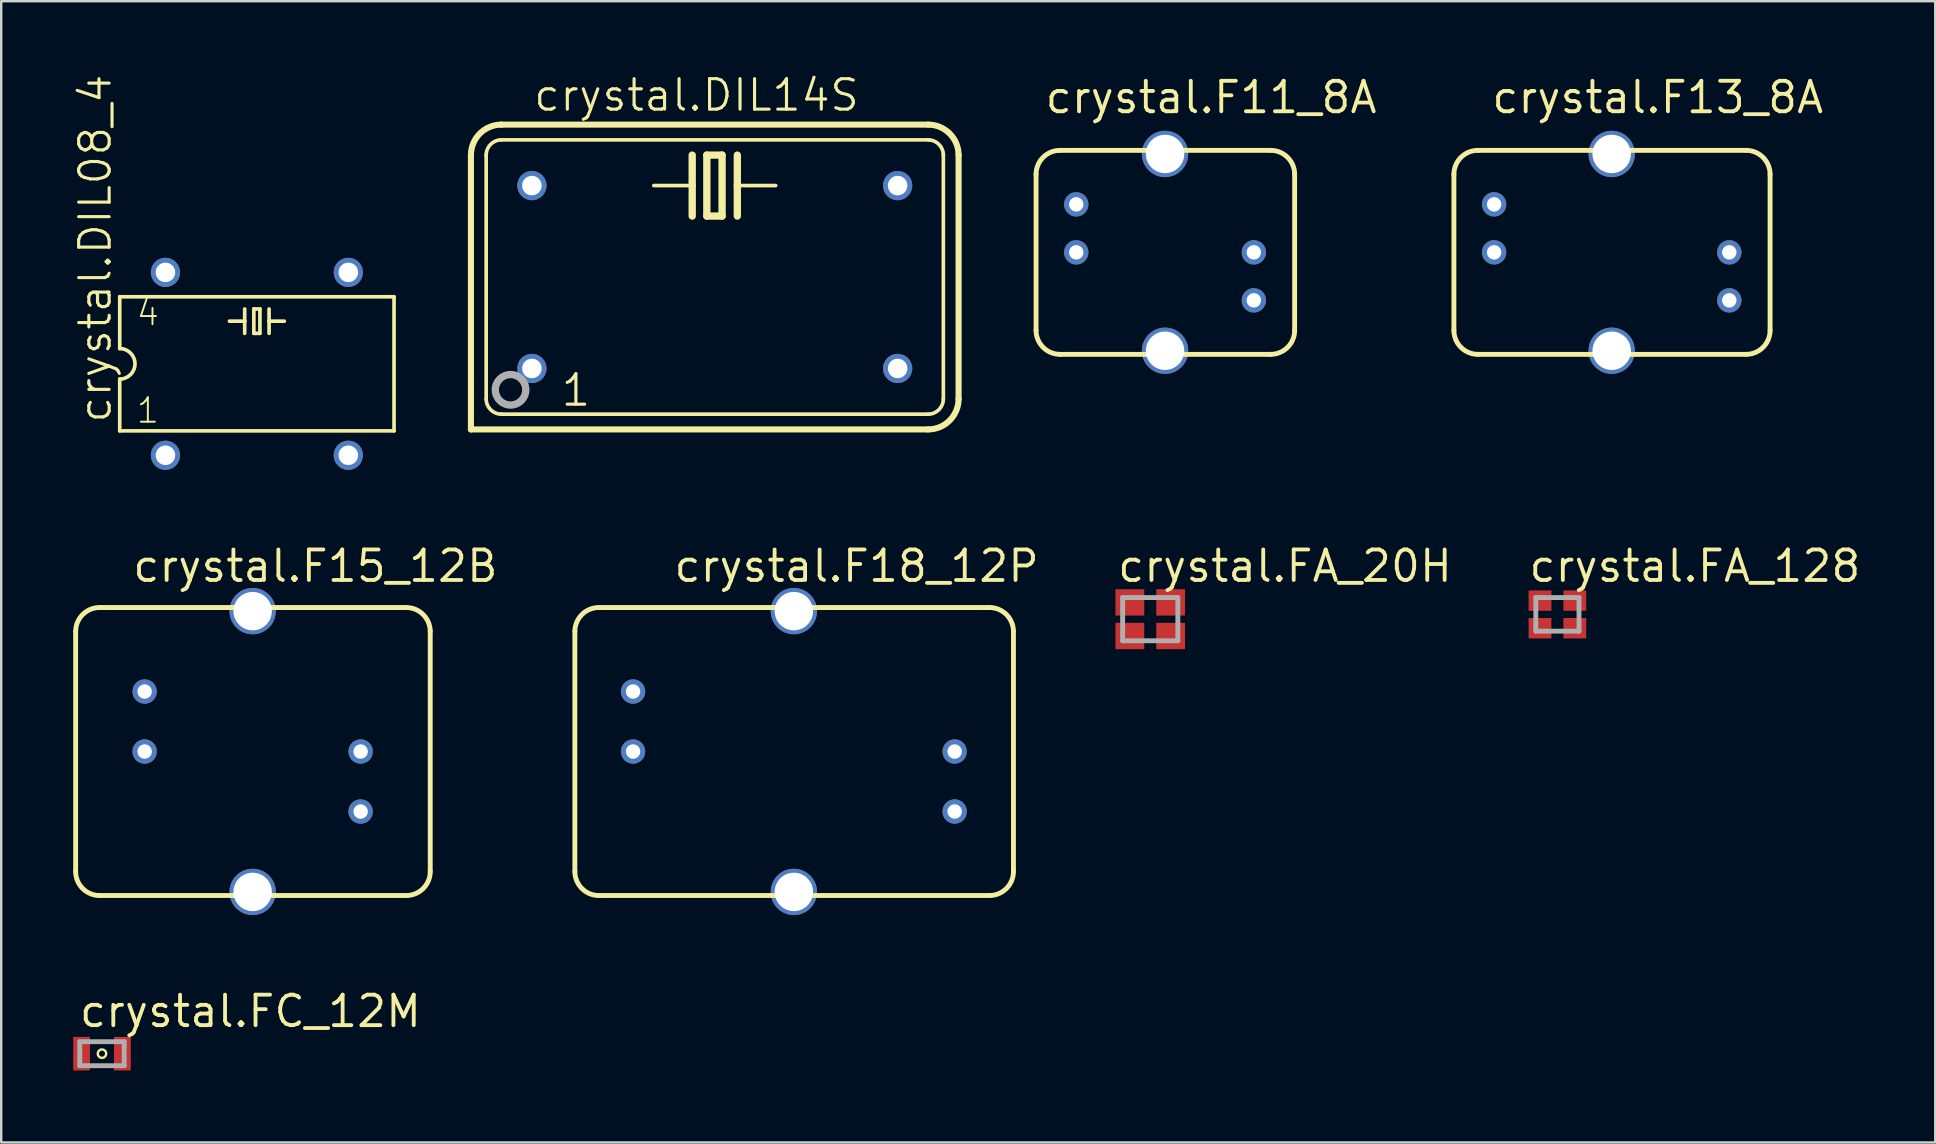
<source format=kicad_pcb>
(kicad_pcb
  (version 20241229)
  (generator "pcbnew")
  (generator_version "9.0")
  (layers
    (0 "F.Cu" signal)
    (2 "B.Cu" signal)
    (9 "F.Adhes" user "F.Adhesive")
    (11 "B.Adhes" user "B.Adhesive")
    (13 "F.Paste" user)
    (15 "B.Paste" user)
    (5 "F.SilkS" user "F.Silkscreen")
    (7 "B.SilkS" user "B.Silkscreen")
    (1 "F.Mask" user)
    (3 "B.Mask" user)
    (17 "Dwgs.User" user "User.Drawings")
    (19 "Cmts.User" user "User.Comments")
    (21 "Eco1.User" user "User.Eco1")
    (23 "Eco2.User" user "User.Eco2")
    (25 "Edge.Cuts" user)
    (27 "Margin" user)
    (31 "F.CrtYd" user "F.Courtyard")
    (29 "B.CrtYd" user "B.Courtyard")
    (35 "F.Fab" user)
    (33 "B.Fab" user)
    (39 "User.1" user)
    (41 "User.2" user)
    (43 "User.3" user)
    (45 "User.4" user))
  (footprint "crystal.DIL08_4"
    (layer "F.Cu")
    (at 7.654 12.11)
    (property "Reference" "crystal.DIL08_4" (at -5.994 2.54 90) (layer "F.SilkS") (effects (font (size 1.27 1.27) (thickness 0.13)) (justify left bottom)))
    (attr through_hole)
    (fp_line (start -5.715 -2.794) (end -5.715 -0.635) (stroke (width 0.152) (type default)) (layer "F.SilkS"))
    (fp_line (start -5.715 0.635) (end -5.715 2.794) (stroke (width 0.152) (type default)) (layer "F.SilkS"))
    (fp_line (start -5.715 2.794) (end 5.715 2.794) (stroke (width 0.152) (type default)) (layer "F.SilkS"))
    (fp_line (start -1.143 -1.778) (end -0.508 -1.778) (stroke (width 0.152) (type default)) (layer "F.SilkS"))
    (fp_line (start -0.508 -1.778) (end -0.508 -2.286) (stroke (width 0.152) (type default)) (layer "F.SilkS"))
    (fp_line (start -0.508 -1.778) (end -0.508 -1.27) (stroke (width 0.152) (type default)) (layer "F.SilkS"))
    (fp_line (start -0.127 -2.286) (end -0.127 -1.27) (stroke (width 0.152) (type default)) (layer "F.SilkS"))
    (fp_line (start -0.127 -1.27) (end 0.127 -1.27) (stroke (width 0.152) (type default)) (layer "F.SilkS"))
    (fp_line (start 0.127 -2.286) (end -0.127 -2.286) (stroke (width 0.152) (type default)) (layer "F.SilkS"))
    (fp_line (start 0.127 -1.27) (end 0.127 -2.286) (stroke (width 0.152) (type default)) (layer "F.SilkS"))
    (fp_line (start 0.508 -2.286) (end 0.508 -1.778) (stroke (width 0.152) (type default)) (layer "F.SilkS"))
    (fp_line (start 0.508 -1.778) (end 0.508 -1.27) (stroke (width 0.152) (type default)) (layer "F.SilkS"))
    (fp_line (start 0.508 -1.778) (end 1.143 -1.778) (stroke (width 0.152) (type default)) (layer "F.SilkS"))
    (fp_line (start 5.715 -2.794) (end -5.715 -2.794) (stroke (width 0.152) (type default)) (layer "F.SilkS"))
    (fp_line (start 5.715 2.794) (end 5.715 -2.794) (stroke (width 0.152) (type default)) (layer "F.SilkS"))
    (fp_arc (start -5.715 -0.635) (mid -5.08 0) (end -5.715 0.635) (stroke (width 0.1524) (type default)) (layer "F.SilkS"))
    (fp_text user "1" (at -5.08 2.54 0) (layer "F.SilkS") (effects (font (size 1.016 1.016) (thickness 0.08)) (justify left bottom)))
    (fp_text user "4" (at -5.08 -1.524 0) (layer "F.SilkS") (effects (font (size 1.016 1.016) (thickness 0.08)) (justify left bottom)))
    (pad "1" thru_hole circle (at -3.81 3.81) (size 1.219 1.219) (drill 0.813) (layers "*.Cu" "*.Mask"))
    (pad "2" thru_hole circle (at 3.81 3.81) (size 1.219 1.219) (drill 0.813) (layers "*.Cu" "*.Mask"))
    (pad "3" thru_hole circle (at 3.81 -3.81) (size 1.219 1.219) (drill 0.813) (layers "*.Cu" "*.Mask"))
    (pad "4" thru_hole circle (at -3.81 -3.81) (size 1.219 1.219) (drill 0.813) (layers "*.Cu" "*.Mask")))
  (footprint "crystal.FC_12M"
    (layer "F.Cu")
    (at 1.2 40.855)
    (property "Reference" "crystal.FC_12M" (at -1.025 -1.025 0) (layer "F.SilkS") (effects (font (size 1.27 1.27) (thickness 0.16)) (justify left bottom)))
    (attr smd)
    (fp_circle (center 0 0) (end 0.175 0) (stroke (width 0.1) (type default)) (fill no) (layer "F.SilkS"))
    (fp_line (start -0.925 -0.5) (end 0.925 -0.5) (stroke (width 0.203) (type default)) (layer "F.Fab"))
    (fp_line (start -0.925 0.5) (end -0.925 -0.5) (stroke (width 0.203) (type default)) (layer "F.Fab"))
    (fp_line (start 0.925 -0.5) (end 0.925 0.5) (stroke (width 0.203) (type default)) (layer "F.Fab"))
    (fp_line (start 0.925 0.5) (end -0.925 0.5) (stroke (width 0.203) (type default)) (layer "F.Fab"))
    (pad "1" smd roundrect (at -0.85 0) (size 0.7 1.4) (layers "F.Cu" "F.Mask" "F.Paste") (roundrect_rratio 0.01))
    (pad "2" smd roundrect (at 0.85 0) (size 0.7 1.4) (layers "F.Cu" "F.Mask" "F.Paste") (roundrect_rratio 0.01)))
  (footprint "crystal.F13_8A"
    (layer "F.Cu")
    (at 64.107 7.465)
    (property "Reference" "crystal.F13_8A" (at -5.08 -5.715 0) (layer "F.SilkS") (effects (font (size 1.27 1.27) (thickness 0.16)) (justify left bottom)))
    (attr through_hole)
    (fp_line (start -6.575 -3.25) (end -6.575 3.25) (stroke (width 0.203) (type default)) (layer "F.SilkS"))
    (fp_line (start -5.575 4.25) (end 5.6 4.25) (stroke (width 0.203) (type default)) (layer "F.SilkS"))
    (fp_line (start 5.6 -4.25) (end -5.575 -4.25) (stroke (width 0.203) (type default)) (layer "F.SilkS"))
    (fp_line (start 6.6 3.25) (end 6.6 -3.25) (stroke (width 0.203) (type default)) (layer "F.SilkS"))
    (fp_arc (start -6.575 -3.25) (mid -6.282107 -3.957107) (end -5.575 -4.25) (stroke (width 0.2032) (type default)) (layer "F.SilkS"))
    (fp_arc (start -5.575 4.25) (mid -6.282107 3.957107) (end -6.575 3.25) (stroke (width 0.2032) (type default)) (layer "F.SilkS"))
    (fp_arc (start 5.6 -4.25) (mid 6.307107 -3.957107) (end 6.6 -3.25) (stroke (width 0.2032) (type default)) (layer "F.SilkS"))
    (fp_arc (start 6.6 3.25) (mid 6.307107 3.957107) (end 5.6 4.25) (stroke (width 0.2032) (type default)) (layer "F.SilkS"))
    (pad "1" thru_hole circle (at -4.9 -2) (size 1.016 1.016) (drill 0.6) (layers "*.Cu" "*.Mask"))
    (pad "2" thru_hole circle (at -4.9 0) (size 1.016 1.016) (drill 0.6) (layers "*.Cu" "*.Mask"))
    (pad "3" thru_hole circle (at 4.9 0 180) (size 1.016 1.016) (drill 0.6) (layers "*.Cu" "*.Mask"))
    (pad "4" thru_hole circle (at 4.9 2 180) (size 1.016 1.016) (drill 0.6) (layers "*.Cu" "*.Mask"))
    (pad "S@1" thru_hole circle (at 0 -4.1) (size 1.93 1.93) (drill 1.6) (layers "*.Cu" "*.Mask"))
    (pad "S@2" thru_hole circle (at 0 4.1) (size 1.93 1.93) (drill 1.6) (layers "*.Cu" "*.Mask")))
  (footprint "crystal.FA_20H"
    (layer "F.Cu")
    (at 44.879 22.75)
    (property "Reference" "crystal.FA_20H" (at -1.445 -1.47 0) (layer "F.SilkS") (effects (font (size 1.27 1.27) (thickness 0.16)) (justify left bottom)))
    (attr smd)
    (fp_rect (start -1.5 -0.1) (end -0.2 -1.3) (stroke (width 0.05) (type default)) (fill yes) (layer "F.Mask"))
    (fp_rect (start -1.5 1.3) (end -0.2 0.1) (stroke (width 0.05) (type default)) (fill yes) (layer "F.Mask"))
    (fp_rect (start 0.2 -0.1) (end 1.5 -1.3) (stroke (width 0.05) (type default)) (fill yes) (layer "F.Mask"))
    (fp_poly (pts (xy 0.225 1.275) (xy 0.225 0.45) (xy 0.55 0.125) (xy 1.475 0.125) (xy 1.475 1.275)) (stroke (width 0.051) (type default)) (fill yes) (layer "F.Mask"))
    (fp_rect (start -1.4 -0.2) (end -0.3 -1.2) (stroke (width 0.05) (type default)) (fill yes) (layer "F.Paste"))
    (fp_rect (start -1.4 1.2) (end -0.3 0.2) (stroke (width 0.05) (type default)) (fill yes) (layer "F.Paste"))
    (fp_rect (start 0.3 -0.2) (end 1.4 -1.2) (stroke (width 0.05) (type default)) (fill yes) (layer "F.Paste"))
    (fp_poly (pts (xy 0.325 0.475) (xy 0.575 0.225) (xy 1.375 0.225) (xy 1.375 1.175) (xy 0.325 1.175)) (stroke (width 0.051) (type default)) (fill yes) (layer "F.Paste"))
    (fp_line (start -1.15 -0.9) (end 1.15 -0.9) (stroke (width 0.203) (type default)) (layer "F.Fab"))
    (fp_line (start -1.15 0.9) (end -1.15 -0.9) (stroke (width 0.203) (type default)) (layer "F.Fab"))
    (fp_line (start 1.15 -0.9) (end 1.15 0.9) (stroke (width 0.203) (type default)) (layer "F.Fab"))
    (fp_line (start 1.15 0.9) (end -1.15 0.9) (stroke (width 0.203) (type default)) (layer "F.Fab"))
    (pad "1" smd roundrect (at -0.85 0.7) (size 1.2 1.1) (layers "F.Cu" "F.Mask" "F.Paste") (roundrect_rratio 0.01))
    (pad "2" smd roundrect (at 0.85 0.7) (size 1.2 1.1) (layers "F.Cu" "F.Mask" "F.Paste") (roundrect_rratio 0.01))
    (pad "3" smd roundrect (at 0.85 -0.7 180) (size 1.2 1.1) (layers "F.Cu" "F.Mask" "F.Paste") (roundrect_rratio 0.01))
    (pad "4" smd roundrect (at -0.85 -0.7 180) (size 1.2 1.1) (layers "F.Cu" "F.Mask" "F.Paste") (roundrect_rratio 0.01)))
  (footprint "crystal.F11_8A"
    (layer "F.Cu")
    (at 45.496 7.465)
    (property "Reference" "crystal.F11_8A" (at -5.08 -5.715 0) (layer "F.SilkS") (effects (font (size 1.27 1.27) (thickness 0.16)) (justify left bottom)))
    (attr through_hole)
    (fp_line (start -5.375 -3.25) (end -5.375 3.25) (stroke (width 0.203) (type default)) (layer "F.SilkS"))
    (fp_line (start -4.375 4.25) (end 4.4 4.25) (stroke (width 0.203) (type default)) (layer "F.SilkS"))
    (fp_line (start 4.4 -4.25) (end -4.375 -4.25) (stroke (width 0.203) (type default)) (layer "F.SilkS"))
    (fp_line (start 5.4 3.25) (end 5.4 -3.25) (stroke (width 0.203) (type default)) (layer "F.SilkS"))
    (fp_arc (start -5.375 -3.25) (mid -5.082107 -3.957107) (end -4.375 -4.25) (stroke (width 0.2032) (type default)) (layer "F.SilkS"))
    (fp_arc (start -4.375 4.25) (mid -5.082107 3.957107) (end -5.375 3.25) (stroke (width 0.2032) (type default)) (layer "F.SilkS"))
    (fp_arc (start 4.4 -4.25) (mid 5.107107 -3.957107) (end 5.4 -3.25) (stroke (width 0.2032) (type default)) (layer "F.SilkS"))
    (fp_arc (start 5.4 3.25) (mid 5.107107 3.957107) (end 4.4 4.25) (stroke (width 0.2032) (type default)) (layer "F.SilkS"))
    (pad "1" thru_hole circle (at -3.7 -2) (size 1.016 1.016) (drill 0.6) (layers "*.Cu" "*.Mask"))
    (pad "2" thru_hole circle (at -3.7 0) (size 1.016 1.016) (drill 0.6) (layers "*.Cu" "*.Mask"))
    (pad "3" thru_hole circle (at 3.7 0 180) (size 1.016 1.016) (drill 0.6) (layers "*.Cu" "*.Mask"))
    (pad "4" thru_hole circle (at 3.7 2 180) (size 1.016 1.016) (drill 0.6) (layers "*.Cu" "*.Mask"))
    (pad "S@1" thru_hole circle (at 0 -4.1) (size 1.93 1.93) (drill 1.6) (layers "*.Cu" "*.Mask"))
    (pad "S@2" thru_hole circle (at 0 4.1) (size 1.93 1.93) (drill 1.6) (layers "*.Cu" "*.Mask")))
  (footprint "crystal.F18_12P"
    (layer "F.Cu")
    (at 30.029 28.265)
    (property "Reference" "crystal.F18_12P" (at -5.08 -6.985 0) (layer "F.SilkS") (effects (font (size 1.27 1.27) (thickness 0.16)) (justify left bottom)))
    (attr through_hole)
    (fp_line (start -9.125 -5) (end -9.125 5) (stroke (width 0.203) (type default)) (layer "F.SilkS"))
    (fp_line (start -8.125 6) (end 8.15 6) (stroke (width 0.203) (type default)) (layer "F.SilkS"))
    (fp_line (start 8.15 -6) (end -8.125 -6) (stroke (width 0.203) (type default)) (layer "F.SilkS"))
    (fp_line (start 9.15 5) (end 9.15 -5) (stroke (width 0.203) (type default)) (layer "F.SilkS"))
    (fp_arc (start -9.125 -5) (mid -8.832107 -5.707107) (end -8.125 -6) (stroke (width 0.2032) (type default)) (layer "F.SilkS"))
    (fp_arc (start -8.125 6) (mid -8.832107 5.707107) (end -9.125 5) (stroke (width 0.2032) (type default)) (layer "F.SilkS"))
    (fp_arc (start 8.15 -6) (mid 8.857107 -5.707107) (end 9.15 -5) (stroke (width 0.2032) (type default)) (layer "F.SilkS"))
    (fp_arc (start 9.15 5) (mid 8.857107 5.707107) (end 8.15 6) (stroke (width 0.2032) (type default)) (layer "F.SilkS"))
    (pad "1" thru_hole circle (at -6.7 -2.5) (size 1.016 1.016) (drill 0.6) (layers "*.Cu" "*.Mask"))
    (pad "2" thru_hole circle (at -6.7 0) (size 1.016 1.016) (drill 0.6) (layers "*.Cu" "*.Mask"))
    (pad "3" thru_hole circle (at 6.7 0 180) (size 1.016 1.016) (drill 0.6) (layers "*.Cu" "*.Mask"))
    (pad "4" thru_hole circle (at 6.7 2.5 180) (size 1.016 1.016) (drill 0.6) (layers "*.Cu" "*.Mask"))
    (pad "S@1" thru_hole circle (at 0 -5.85) (size 1.93 1.93) (drill 1.6) (layers "*.Cu" "*.Mask"))
    (pad "S@2" thru_hole circle (at 0 5.85) (size 1.93 1.93) (drill 1.6) (layers "*.Cu" "*.Mask")))
  (footprint "crystal.F15_12B"
    (layer "F.Cu")
    (at 7.477 28.265)
    (property "Reference" "crystal.F15_12B" (at -5.08 -6.985 0) (layer "F.SilkS") (effects (font (size 1.27 1.27) (thickness 0.16)) (justify left bottom)))
    (attr through_hole)
    (fp_line (start -7.375 -5) (end -7.375 5) (stroke (width 0.203) (type default)) (layer "F.SilkS"))
    (fp_line (start -6.375 6) (end 6.4 6) (stroke (width 0.203) (type default)) (layer "F.SilkS"))
    (fp_line (start 6.4 -6) (end -6.375 -6) (stroke (width 0.203) (type default)) (layer "F.SilkS"))
    (fp_line (start 7.4 5) (end 7.4 -5) (stroke (width 0.203) (type default)) (layer "F.SilkS"))
    (fp_arc (start -7.375 -5) (mid -7.082107 -5.707107) (end -6.375 -6) (stroke (width 0.2032) (type default)) (layer "F.SilkS"))
    (fp_arc (start -6.375 6) (mid -7.082107 5.707107) (end -7.375 5) (stroke (width 0.2032) (type default)) (layer "F.SilkS"))
    (fp_arc (start 6.4 -6) (mid 7.107107 -5.707107) (end 7.4 -5) (stroke (width 0.2032) (type default)) (layer "F.SilkS"))
    (fp_arc (start 7.4 5) (mid 7.107107 5.707107) (end 6.4 6) (stroke (width 0.2032) (type default)) (layer "F.SilkS"))
    (pad "1" thru_hole circle (at -4.5 -2.5) (size 1.016 1.016) (drill 0.6) (layers "*.Cu" "*.Mask"))
    (pad "2" thru_hole circle (at -4.5 0) (size 1.016 1.016) (drill 0.6) (layers "*.Cu" "*.Mask"))
    (pad "3" thru_hole circle (at 4.5 0 180) (size 1.016 1.016) (drill 0.6) (layers "*.Cu" "*.Mask"))
    (pad "4" thru_hole circle (at 4.5 2.5 180) (size 1.016 1.016) (drill 0.6) (layers "*.Cu" "*.Mask"))
    (pad "S@1" thru_hole circle (at 0 -5.85) (size 1.93 1.93) (drill 1.6) (layers "*.Cu" "*.Mask"))
    (pad "S@2" thru_hole circle (at 0 5.85) (size 1.93 1.93) (drill 1.6) (layers "*.Cu" "*.Mask")))
  (footprint "crystal.FA_128"
    (layer "F.Cu")
    (at 61.845 22.55)
    (property "Reference" "crystal.FA_128" (at -1.27 -1.27 0) (layer "F.SilkS") (effects (font (size 1.27 1.27) (thickness 0.16)) (justify left bottom)))
    (attr smd)
    (fp_rect (start -1.25 -0.1) (end -0.2 -1.05) (stroke (width 0.05) (type default)) (fill yes) (layer "F.Mask"))
    (fp_rect (start -1.25 1.05) (end -0.2 0.1) (stroke (width 0.05) (type default)) (fill yes) (layer "F.Mask"))
    (fp_rect (start 0.2 -0.1) (end 1.25 -1.05) (stroke (width 0.05) (type default)) (fill yes) (layer "F.Mask"))
    (fp_poly (pts (xy 0.225 1.025) (xy 0.225 0.45) (xy 0.55 0.125) (xy 1.225 0.125) (xy 1.225 1.025)) (stroke (width 0.051) (type default)) (fill yes) (layer "F.Mask"))
    (fp_rect (start -1.15 -0.2) (end -0.3 -0.95) (stroke (width 0.05) (type default)) (fill yes) (layer "F.Paste"))
    (fp_rect (start -1.15 0.95) (end -0.3 0.2) (stroke (width 0.05) (type default)) (fill yes) (layer "F.Paste"))
    (fp_rect (start 0.3 -0.2) (end 1.15 -0.95) (stroke (width 0.05) (type default)) (fill yes) (layer "F.Paste"))
    (fp_poly (pts (xy 0.325 0.475) (xy 0.575 0.225) (xy 1.125 0.225) (xy 1.125 0.925) (xy 0.325 0.925)) (stroke (width 0.051) (type default)) (fill yes) (layer "F.Paste"))
    (fp_line (start -0.9 -0.7) (end 0.9 -0.7) (stroke (width 0.203) (type default)) (layer "F.Fab"))
    (fp_line (start -0.9 0.7) (end -0.9 -0.7) (stroke (width 0.203) (type default)) (layer "F.Fab"))
    (fp_line (start 0.9 -0.7) (end 0.9 0.7) (stroke (width 0.203) (type default)) (layer "F.Fab"))
    (fp_line (start 0.9 0.7) (end -0.9 0.7) (stroke (width 0.203) (type default)) (layer "F.Fab"))
    (pad "1" smd roundrect (at -0.725 0.575) (size 0.95 0.85) (layers "F.Cu" "F.Mask" "F.Paste") (roundrect_rratio 0.01))
    (pad "2" smd roundrect (at 0.725 0.575) (size 0.95 0.85) (layers "F.Cu" "F.Mask" "F.Paste") (roundrect_rratio 0.01))
    (pad "3" smd roundrect (at 0.725 -0.575 180) (size 0.95 0.85) (layers "F.Cu" "F.Mask" "F.Paste") (roundrect_rratio 0.01))
    (pad "4" smd roundrect (at -0.725 -0.575 180) (size 0.95 0.85) (layers "F.Cu" "F.Mask" "F.Paste") (roundrect_rratio 0.01)))
  (footprint "crystal.DIL14S"
    (layer "F.Cu")
    (at 26.733 8.493)
    (property "Reference" "crystal.DIL14S" (at -7.62 -6.833 0) (layer "F.SilkS") (effects (font (size 1.27 1.27) (thickness 0.13)) (justify left bottom)))
    (attr through_hole)
    (fp_line (start -10.16 6.35) (end -10.16 -5.08) (stroke (width 0.254) (type default)) (layer "F.SilkS"))
    (fp_line (start -10.16 6.35) (end 8.89 6.35) (stroke (width 0.254) (type default)) (layer "F.SilkS"))
    (fp_line (start -9.525 -5.08) (end -9.525 5.08) (stroke (width 0.152) (type default)) (layer "F.SilkS"))
    (fp_line (start -8.89 5.715) (end 8.89 5.715) (stroke (width 0.152) (type default)) (layer "F.SilkS"))
    (fp_line (start -0.94 -5.08) (end -0.94 -3.81) (stroke (width 0.305) (type default)) (layer "F.SilkS"))
    (fp_line (start -0.94 -3.81) (end -2.54 -3.81) (stroke (width 0.152) (type default)) (layer "F.SilkS"))
    (fp_line (start -0.94 -3.81) (end -0.94 -2.54) (stroke (width 0.305) (type default)) (layer "F.SilkS"))
    (fp_line (start -0.33 -5.08) (end -0.33 -2.54) (stroke (width 0.305) (type default)) (layer "F.SilkS"))
    (fp_line (start -0.33 -2.54) (end 0.305 -2.54) (stroke (width 0.305) (type default)) (layer "F.SilkS"))
    (fp_line (start 0.305 -5.08) (end -0.33 -5.08) (stroke (width 0.305) (type default)) (layer "F.SilkS"))
    (fp_line (start 0.305 -2.54) (end 0.305 -5.08) (stroke (width 0.305) (type default)) (layer "F.SilkS"))
    (fp_line (start 0.94 -5.08) (end 0.94 -3.81) (stroke (width 0.305) (type default)) (layer "F.SilkS"))
    (fp_line (start 0.94 -3.81) (end 0.94 -2.54) (stroke (width 0.305) (type default)) (layer "F.SilkS"))
    (fp_line (start 0.94 -3.81) (end 2.54 -3.81) (stroke (width 0.152) (type default)) (layer "F.SilkS"))
    (fp_line (start 8.89 -6.35) (end -8.89 -6.35) (stroke (width 0.254) (type default)) (layer "F.SilkS"))
    (fp_line (start 8.89 -5.715) (end -8.89 -5.715) (stroke (width 0.152) (type default)) (layer "F.SilkS"))
    (fp_line (start 9.525 5.08) (end 9.525 -5.08) (stroke (width 0.152) (type default)) (layer "F.SilkS"))
    (fp_line (start 10.16 5.08) (end 10.16 -5.08) (stroke (width 0.254) (type default)) (layer "F.SilkS"))
    (fp_arc (start -10.16 -5.08) (mid -9.788026 -5.978026) (end -8.89 -6.35) (stroke (width 0.254) (type default)) (layer "F.SilkS"))
    (fp_arc (start -9.525 -5.08) (mid -9.339013 -5.529013) (end -8.89 -5.715) (stroke (width 0.1524) (type default)) (layer "F.SilkS"))
    (fp_arc (start -8.89 5.715) (mid -9.339013 5.529013) (end -9.525 5.08) (stroke (width 0.1524) (type default)) (layer "F.SilkS"))
    (fp_arc (start 8.89 -6.35) (mid 9.788026 -5.978026) (end 10.16 -5.08) (stroke (width 0.254) (type default)) (layer "F.SilkS"))
    (fp_arc (start 8.89 -5.715) (mid 9.339013 -5.529013) (end 9.525 -5.08) (stroke (width 0.1524) (type default)) (layer "F.SilkS"))
    (fp_arc (start 9.525 5.08) (mid 9.339013 5.529013) (end 8.89 5.715) (stroke (width 0.1524) (type default)) (layer "F.SilkS"))
    (fp_arc (start 10.16 5.08) (mid 9.788026 5.978026) (end 8.89 6.35) (stroke (width 0.254) (type default)) (layer "F.SilkS"))
    (fp_circle (center -8.509 4.699) (end -7.874 4.699) (stroke (width 0.305) (type default)) (fill no) (layer "F.Fab"))
    (fp_text user "1" (at -6.477 5.461 0) (layer "F.SilkS") (effects (font (size 1.27 1.27) (thickness 0.13)) (justify left bottom)))
    (pad "1" thru_hole circle (at -7.62 3.81) (size 1.219 1.219) (drill 0.813) (layers "*.Cu" "*.Mask"))
    (pad "7" thru_hole circle (at 7.62 3.81) (size 1.219 1.219) (drill 0.813) (layers "*.Cu" "*.Mask"))
    (pad "8" thru_hole circle (at 7.62 -3.81) (size 1.219 1.219) (drill 0.813) (layers "*.Cu" "*.Mask"))
    (pad "14" thru_hole circle (at -7.62 -3.81) (size 1.219 1.219) (drill 0.813) (layers "*.Cu" "*.Mask")))
  (gr_rect
    (start -3 -3)
    (end 77.589 44.555)
    (stroke (width 0.1) (type default))
    (fill no)
    (layer "Edge.Cuts")))
</source>
